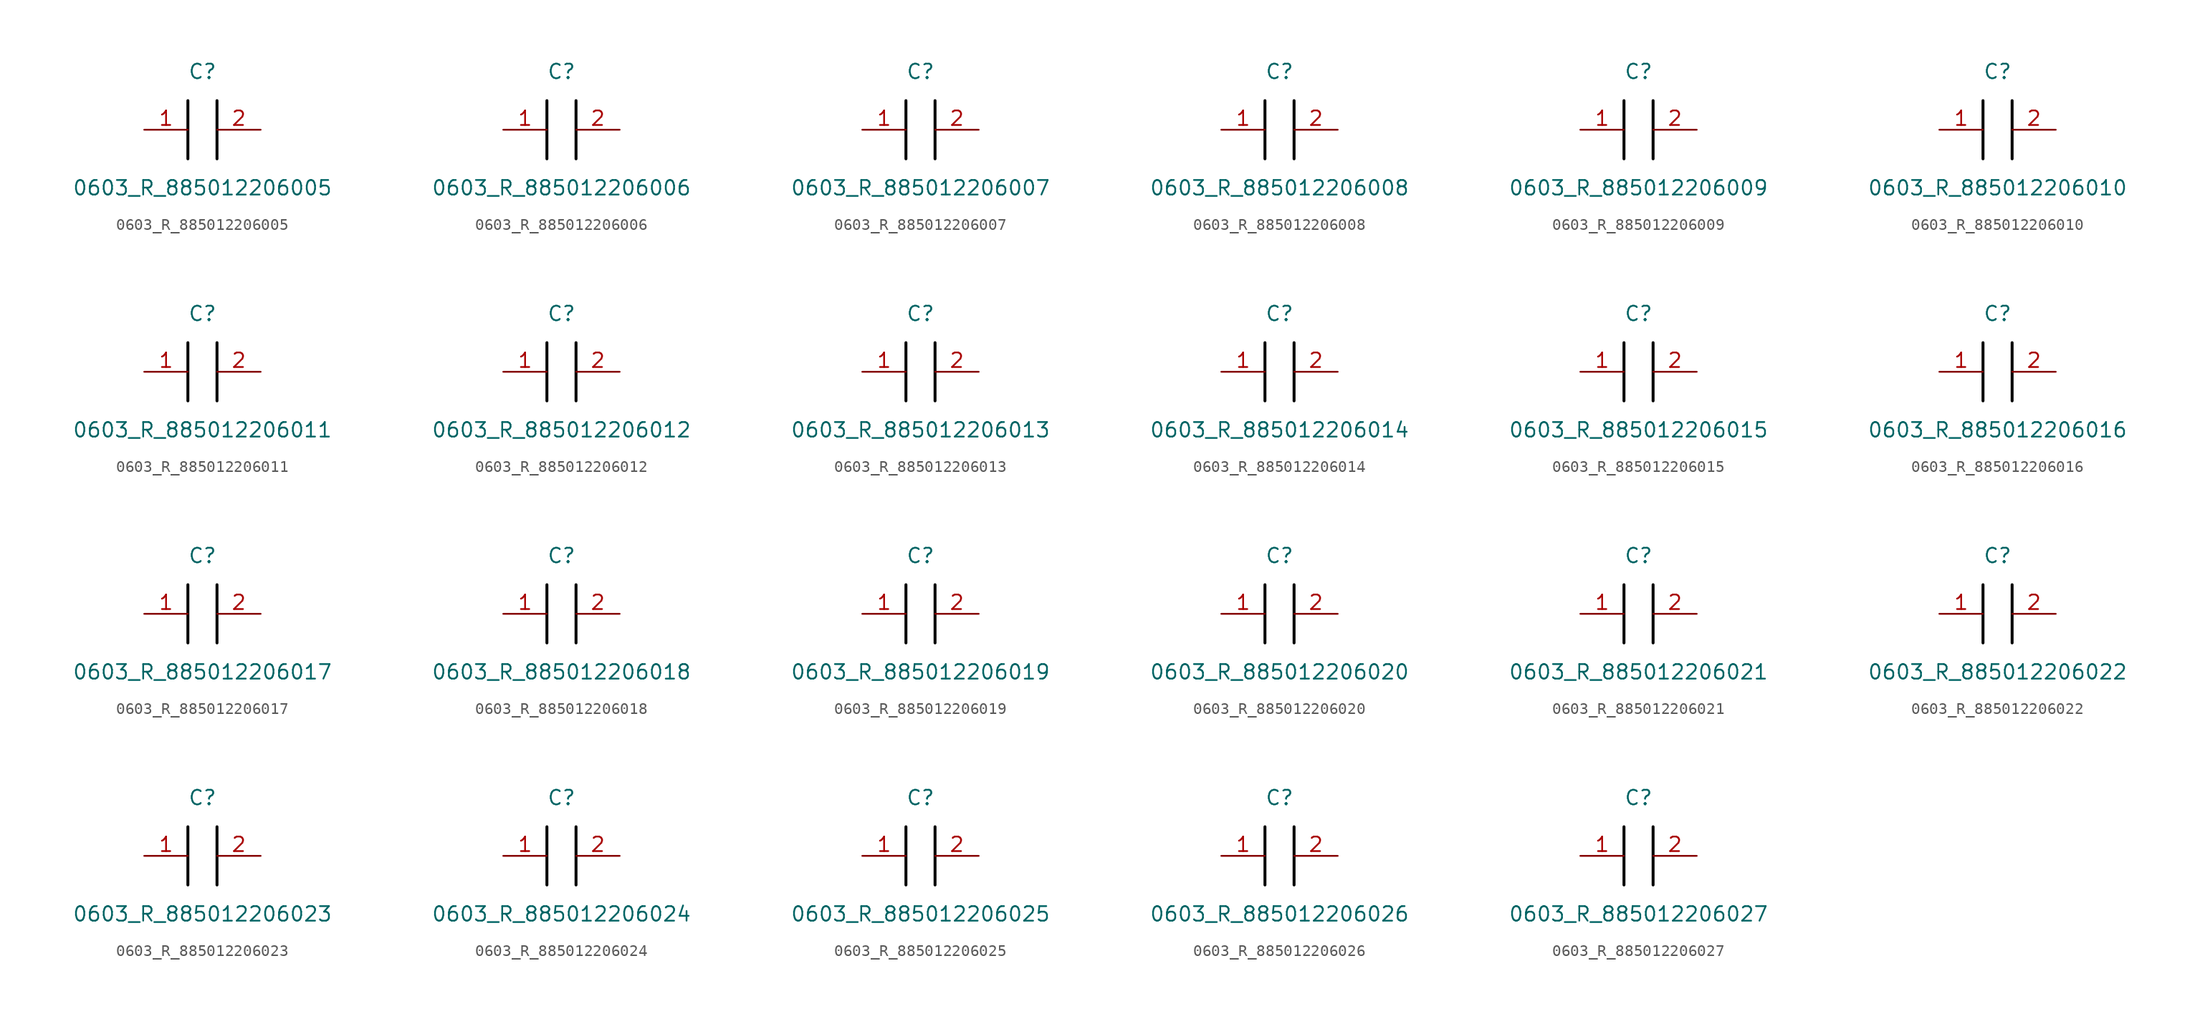
<source format=kicad_sym>
(kicad_symbol_lib
  (version 20220914)
  (generator kicad_symbol_editor)
  (symbol "0603_R_885012206005"
    (pin_names hide)
    (property "Reference" "C"
      (at 0 5.08 0)
      (effects (font (size 1.27 1.27))))
    (property "Value" "0603_R_885012206005"
      (at 0 -5.08 0)
      (effects (font (size 1.27 1.27))))
    (symbol "0603_R_885012206005_1_1"
      (polyline (pts (xy -1.27 2.54) (xy -1.27 -2.54)) (stroke (width 0.254) (type default) (color 0 0 0 1)) (fill (type none)))
      (polyline (pts (xy 1.27 2.54) (xy 1.27 -2.54)) (stroke (width 0.254) (type default) (color 0 0 0 1)) (fill (type none)))
      (pin passive line (at -5.08 0 0) (length 3.81) (name "1" (effects (font (size 1.27 1.27)))) (number "1" (effects (font (size 1.27 1.27)))))
      (pin passive line (at 5.08 0 180) (length 3.81) (name "2" (effects (font (size 1.27 1.27)))) (number "2" (effects (font (size 1.27 1.27)))))))
  (symbol "0603_R_885012206006"
    (pin_names hide)
    (property "Reference" "C"
      (at 0 5.08 0)
      (effects (font (size 1.27 1.27))))
    (property "Value" "0603_R_885012206006"
      (at 0 -5.08 0)
      (effects (font (size 1.27 1.27))))
    (symbol "0603_R_885012206006_1_1"
      (polyline (pts (xy -1.27 2.54) (xy -1.27 -2.54)) (stroke (width 0.254) (type default) (color 0 0 0 1)) (fill (type none)))
      (polyline (pts (xy 1.27 2.54) (xy 1.27 -2.54)) (stroke (width 0.254) (type default) (color 0 0 0 1)) (fill (type none)))
      (pin passive line (at -5.08 0 0) (length 3.81) (name "1" (effects (font (size 1.27 1.27)))) (number "1" (effects (font (size 1.27 1.27)))))
      (pin passive line (at 5.08 0 180) (length 3.81) (name "2" (effects (font (size 1.27 1.27)))) (number "2" (effects (font (size 1.27 1.27)))))))
  (symbol "0603_R_885012206007"
    (pin_names hide)
    (property "Reference" "C"
      (at 0 5.08 0)
      (effects (font (size 1.27 1.27))))
    (property "Value" "0603_R_885012206007"
      (at 0 -5.08 0)
      (effects (font (size 1.27 1.27))))
    (symbol "0603_R_885012206007_1_1"
      (polyline (pts (xy -1.27 2.54) (xy -1.27 -2.54)) (stroke (width 0.254) (type default) (color 0 0 0 1)) (fill (type none)))
      (polyline (pts (xy 1.27 2.54) (xy 1.27 -2.54)) (stroke (width 0.254) (type default) (color 0 0 0 1)) (fill (type none)))
      (pin passive line (at -5.08 0 0) (length 3.81) (name "1" (effects (font (size 1.27 1.27)))) (number "1" (effects (font (size 1.27 1.27)))))
      (pin passive line (at 5.08 0 180) (length 3.81) (name "2" (effects (font (size 1.27 1.27)))) (number "2" (effects (font (size 1.27 1.27)))))))
  (symbol "0603_R_885012206008"
    (pin_names hide)
    (property "Reference" "C"
      (at 0 5.08 0)
      (effects (font (size 1.27 1.27))))
    (property "Value" "0603_R_885012206008"
      (at 0 -5.08 0)
      (effects (font (size 1.27 1.27))))
    (symbol "0603_R_885012206008_1_1"
      (polyline (pts (xy -1.27 2.54) (xy -1.27 -2.54)) (stroke (width 0.254) (type default) (color 0 0 0 1)) (fill (type none)))
      (polyline (pts (xy 1.27 2.54) (xy 1.27 -2.54)) (stroke (width 0.254) (type default) (color 0 0 0 1)) (fill (type none)))
      (pin passive line (at -5.08 0 0) (length 3.81) (name "1" (effects (font (size 1.27 1.27)))) (number "1" (effects (font (size 1.27 1.27)))))
      (pin passive line (at 5.08 0 180) (length 3.81) (name "2" (effects (font (size 1.27 1.27)))) (number "2" (effects (font (size 1.27 1.27)))))))
  (symbol "0603_R_885012206009"
    (pin_names hide)
    (property "Reference" "C"
      (at 0 5.08 0)
      (effects (font (size 1.27 1.27))))
    (property "Value" "0603_R_885012206009"
      (at 0 -5.08 0)
      (effects (font (size 1.27 1.27))))
    (symbol "0603_R_885012206009_1_1"
      (polyline (pts (xy -1.27 2.54) (xy -1.27 -2.54)) (stroke (width 0.254) (type default) (color 0 0 0 1)) (fill (type none)))
      (polyline (pts (xy 1.27 2.54) (xy 1.27 -2.54)) (stroke (width 0.254) (type default) (color 0 0 0 1)) (fill (type none)))
      (pin passive line (at -5.08 0 0) (length 3.81) (name "1" (effects (font (size 1.27 1.27)))) (number "1" (effects (font (size 1.27 1.27)))))
      (pin passive line (at 5.08 0 180) (length 3.81) (name "2" (effects (font (size 1.27 1.27)))) (number "2" (effects (font (size 1.27 1.27)))))))
  (symbol "0603_R_885012206010"
    (pin_names hide)
    (property "Reference" "C"
      (at 0 5.08 0)
      (effects (font (size 1.27 1.27))))
    (property "Value" "0603_R_885012206010"
      (at 0 -5.08 0)
      (effects (font (size 1.27 1.27))))
    (symbol "0603_R_885012206010_1_1"
      (polyline (pts (xy -1.27 2.54) (xy -1.27 -2.54)) (stroke (width 0.254) (type default) (color 0 0 0 1)) (fill (type none)))
      (polyline (pts (xy 1.27 2.54) (xy 1.27 -2.54)) (stroke (width 0.254) (type default) (color 0 0 0 1)) (fill (type none)))
      (pin passive line (at -5.08 0 0) (length 3.81) (name "1" (effects (font (size 1.27 1.27)))) (number "1" (effects (font (size 1.27 1.27)))))
      (pin passive line (at 5.08 0 180) (length 3.81) (name "2" (effects (font (size 1.27 1.27)))) (number "2" (effects (font (size 1.27 1.27)))))))
  (symbol "0603_R_885012206011"
    (pin_names hide)
    (property "Reference" "C"
      (at 0 5.08 0)
      (effects (font (size 1.27 1.27))))
    (property "Value" "0603_R_885012206011"
      (at 0 -5.08 0)
      (effects (font (size 1.27 1.27))))
    (symbol "0603_R_885012206011_1_1"
      (polyline (pts (xy -1.27 2.54) (xy -1.27 -2.54)) (stroke (width 0.254) (type default) (color 0 0 0 1)) (fill (type none)))
      (polyline (pts (xy 1.27 2.54) (xy 1.27 -2.54)) (stroke (width 0.254) (type default) (color 0 0 0 1)) (fill (type none)))
      (pin passive line (at -5.08 0 0) (length 3.81) (name "1" (effects (font (size 1.27 1.27)))) (number "1" (effects (font (size 1.27 1.27)))))
      (pin passive line (at 5.08 0 180) (length 3.81) (name "2" (effects (font (size 1.27 1.27)))) (number "2" (effects (font (size 1.27 1.27)))))))
  (symbol "0603_R_885012206012"
    (pin_names hide)
    (property "Reference" "C"
      (at 0 5.08 0)
      (effects (font (size 1.27 1.27))))
    (property "Value" "0603_R_885012206012"
      (at 0 -5.08 0)
      (effects (font (size 1.27 1.27))))
    (symbol "0603_R_885012206012_1_1"
      (polyline (pts (xy -1.27 2.54) (xy -1.27 -2.54)) (stroke (width 0.254) (type default) (color 0 0 0 1)) (fill (type none)))
      (polyline (pts (xy 1.27 2.54) (xy 1.27 -2.54)) (stroke (width 0.254) (type default) (color 0 0 0 1)) (fill (type none)))
      (pin passive line (at -5.08 0 0) (length 3.81) (name "1" (effects (font (size 1.27 1.27)))) (number "1" (effects (font (size 1.27 1.27)))))
      (pin passive line (at 5.08 0 180) (length 3.81) (name "2" (effects (font (size 1.27 1.27)))) (number "2" (effects (font (size 1.27 1.27)))))))
  (symbol "0603_R_885012206013"
    (pin_names hide)
    (property "Reference" "C"
      (at 0 5.08 0)
      (effects (font (size 1.27 1.27))))
    (property "Value" "0603_R_885012206013"
      (at 0 -5.08 0)
      (effects (font (size 1.27 1.27))))
    (symbol "0603_R_885012206013_1_1"
      (polyline (pts (xy -1.27 2.54) (xy -1.27 -2.54)) (stroke (width 0.254) (type default) (color 0 0 0 1)) (fill (type none)))
      (polyline (pts (xy 1.27 2.54) (xy 1.27 -2.54)) (stroke (width 0.254) (type default) (color 0 0 0 1)) (fill (type none)))
      (pin passive line (at -5.08 0 0) (length 3.81) (name "1" (effects (font (size 1.27 1.27)))) (number "1" (effects (font (size 1.27 1.27)))))
      (pin passive line (at 5.08 0 180) (length 3.81) (name "2" (effects (font (size 1.27 1.27)))) (number "2" (effects (font (size 1.27 1.27)))))))
  (symbol "0603_R_885012206014"
    (pin_names hide)
    (property "Reference" "C"
      (at 0 5.08 0)
      (effects (font (size 1.27 1.27))))
    (property "Value" "0603_R_885012206014"
      (at 0 -5.08 0)
      (effects (font (size 1.27 1.27))))
    (symbol "0603_R_885012206014_1_1"
      (polyline (pts (xy -1.27 2.54) (xy -1.27 -2.54)) (stroke (width 0.254) (type default) (color 0 0 0 1)) (fill (type none)))
      (polyline (pts (xy 1.27 2.54) (xy 1.27 -2.54)) (stroke (width 0.254) (type default) (color 0 0 0 1)) (fill (type none)))
      (pin passive line (at -5.08 0 0) (length 3.81) (name "1" (effects (font (size 1.27 1.27)))) (number "1" (effects (font (size 1.27 1.27)))))
      (pin passive line (at 5.08 0 180) (length 3.81) (name "2" (effects (font (size 1.27 1.27)))) (number "2" (effects (font (size 1.27 1.27)))))))
  (symbol "0603_R_885012206015"
    (pin_names hide)
    (property "Reference" "C"
      (at 0 5.08 0)
      (effects (font (size 1.27 1.27))))
    (property "Value" "0603_R_885012206015"
      (at 0 -5.08 0)
      (effects (font (size 1.27 1.27))))
    (symbol "0603_R_885012206015_1_1"
      (polyline (pts (xy -1.27 2.54) (xy -1.27 -2.54)) (stroke (width 0.254) (type default) (color 0 0 0 1)) (fill (type none)))
      (polyline (pts (xy 1.27 2.54) (xy 1.27 -2.54)) (stroke (width 0.254) (type default) (color 0 0 0 1)) (fill (type none)))
      (pin passive line (at -5.08 0 0) (length 3.81) (name "1" (effects (font (size 1.27 1.27)))) (number "1" (effects (font (size 1.27 1.27)))))
      (pin passive line (at 5.08 0 180) (length 3.81) (name "2" (effects (font (size 1.27 1.27)))) (number "2" (effects (font (size 1.27 1.27)))))))
  (symbol "0603_R_885012206016"
    (pin_names hide)
    (property "Reference" "C"
      (at 0 5.08 0)
      (effects (font (size 1.27 1.27))))
    (property "Value" "0603_R_885012206016"
      (at 0 -5.08 0)
      (effects (font (size 1.27 1.27))))
    (symbol "0603_R_885012206016_1_1"
      (polyline (pts (xy -1.27 2.54) (xy -1.27 -2.54)) (stroke (width 0.254) (type default) (color 0 0 0 1)) (fill (type none)))
      (polyline (pts (xy 1.27 2.54) (xy 1.27 -2.54)) (stroke (width 0.254) (type default) (color 0 0 0 1)) (fill (type none)))
      (pin passive line (at -5.08 0 0) (length 3.81) (name "1" (effects (font (size 1.27 1.27)))) (number "1" (effects (font (size 1.27 1.27)))))
      (pin passive line (at 5.08 0 180) (length 3.81) (name "2" (effects (font (size 1.27 1.27)))) (number "2" (effects (font (size 1.27 1.27)))))))
  (symbol "0603_R_885012206017"
    (pin_names hide)
    (property "Reference" "C"
      (at 0 5.08 0)
      (effects (font (size 1.27 1.27))))
    (property "Value" "0603_R_885012206017"
      (at 0 -5.08 0)
      (effects (font (size 1.27 1.27))))
    (symbol "0603_R_885012206017_1_1"
      (polyline (pts (xy -1.27 2.54) (xy -1.27 -2.54)) (stroke (width 0.254) (type default) (color 0 0 0 1)) (fill (type none)))
      (polyline (pts (xy 1.27 2.54) (xy 1.27 -2.54)) (stroke (width 0.254) (type default) (color 0 0 0 1)) (fill (type none)))
      (pin passive line (at -5.08 0 0) (length 3.81) (name "1" (effects (font (size 1.27 1.27)))) (number "1" (effects (font (size 1.27 1.27)))))
      (pin passive line (at 5.08 0 180) (length 3.81) (name "2" (effects (font (size 1.27 1.27)))) (number "2" (effects (font (size 1.27 1.27)))))))
  (symbol "0603_R_885012206018"
    (pin_names hide)
    (property "Reference" "C"
      (at 0 5.08 0)
      (effects (font (size 1.27 1.27))))
    (property "Value" "0603_R_885012206018"
      (at 0 -5.08 0)
      (effects (font (size 1.27 1.27))))
    (symbol "0603_R_885012206018_1_1"
      (polyline (pts (xy -1.27 2.54) (xy -1.27 -2.54)) (stroke (width 0.254) (type default) (color 0 0 0 1)) (fill (type none)))
      (polyline (pts (xy 1.27 2.54) (xy 1.27 -2.54)) (stroke (width 0.254) (type default) (color 0 0 0 1)) (fill (type none)))
      (pin passive line (at -5.08 0 0) (length 3.81) (name "1" (effects (font (size 1.27 1.27)))) (number "1" (effects (font (size 1.27 1.27)))))
      (pin passive line (at 5.08 0 180) (length 3.81) (name "2" (effects (font (size 1.27 1.27)))) (number "2" (effects (font (size 1.27 1.27)))))))
  (symbol "0603_R_885012206019"
    (pin_names hide)
    (property "Reference" "C"
      (at 0 5.08 0)
      (effects (font (size 1.27 1.27))))
    (property "Value" "0603_R_885012206019"
      (at 0 -5.08 0)
      (effects (font (size 1.27 1.27))))
    (symbol "0603_R_885012206019_1_1"
      (polyline (pts (xy -1.27 2.54) (xy -1.27 -2.54)) (stroke (width 0.254) (type default) (color 0 0 0 1)) (fill (type none)))
      (polyline (pts (xy 1.27 2.54) (xy 1.27 -2.54)) (stroke (width 0.254) (type default) (color 0 0 0 1)) (fill (type none)))
      (pin passive line (at -5.08 0 0) (length 3.81) (name "1" (effects (font (size 1.27 1.27)))) (number "1" (effects (font (size 1.27 1.27)))))
      (pin passive line (at 5.08 0 180) (length 3.81) (name "2" (effects (font (size 1.27 1.27)))) (number "2" (effects (font (size 1.27 1.27)))))))
  (symbol "0603_R_885012206020"
    (pin_names hide)
    (property "Reference" "C"
      (at 0 5.08 0)
      (effects (font (size 1.27 1.27))))
    (property "Value" "0603_R_885012206020"
      (at 0 -5.08 0)
      (effects (font (size 1.27 1.27))))
    (symbol "0603_R_885012206020_1_1"
      (polyline (pts (xy -1.27 2.54) (xy -1.27 -2.54)) (stroke (width 0.254) (type default) (color 0 0 0 1)) (fill (type none)))
      (polyline (pts (xy 1.27 2.54) (xy 1.27 -2.54)) (stroke (width 0.254) (type default) (color 0 0 0 1)) (fill (type none)))
      (pin passive line (at -5.08 0 0) (length 3.81) (name "1" (effects (font (size 1.27 1.27)))) (number "1" (effects (font (size 1.27 1.27)))))
      (pin passive line (at 5.08 0 180) (length 3.81) (name "2" (effects (font (size 1.27 1.27)))) (number "2" (effects (font (size 1.27 1.27)))))))
  (symbol "0603_R_885012206021"
    (pin_names hide)
    (property "Reference" "C"
      (at 0 5.08 0)
      (effects (font (size 1.27 1.27))))
    (property "Value" "0603_R_885012206021"
      (at 0 -5.08 0)
      (effects (font (size 1.27 1.27))))
    (symbol "0603_R_885012206021_1_1"
      (polyline (pts (xy -1.27 2.54) (xy -1.27 -2.54)) (stroke (width 0.254) (type default) (color 0 0 0 1)) (fill (type none)))
      (polyline (pts (xy 1.27 2.54) (xy 1.27 -2.54)) (stroke (width 0.254) (type default) (color 0 0 0 1)) (fill (type none)))
      (pin passive line (at -5.08 0 0) (length 3.81) (name "1" (effects (font (size 1.27 1.27)))) (number "1" (effects (font (size 1.27 1.27)))))
      (pin passive line (at 5.08 0 180) (length 3.81) (name "2" (effects (font (size 1.27 1.27)))) (number "2" (effects (font (size 1.27 1.27)))))))
  (symbol "0603_R_885012206022"
    (pin_names hide)
    (property "Reference" "C"
      (at 0 5.08 0)
      (effects (font (size 1.27 1.27))))
    (property "Value" "0603_R_885012206022"
      (at 0 -5.08 0)
      (effects (font (size 1.27 1.27))))
    (symbol "0603_R_885012206022_1_1"
      (polyline (pts (xy -1.27 2.54) (xy -1.27 -2.54)) (stroke (width 0.254) (type default) (color 0 0 0 1)) (fill (type none)))
      (polyline (pts (xy 1.27 2.54) (xy 1.27 -2.54)) (stroke (width 0.254) (type default) (color 0 0 0 1)) (fill (type none)))
      (pin passive line (at -5.08 0 0) (length 3.81) (name "1" (effects (font (size 1.27 1.27)))) (number "1" (effects (font (size 1.27 1.27)))))
      (pin passive line (at 5.08 0 180) (length 3.81) (name "2" (effects (font (size 1.27 1.27)))) (number "2" (effects (font (size 1.27 1.27)))))))
  (symbol "0603_R_885012206023"
    (pin_names hide)
    (property "Reference" "C"
      (at 0 5.08 0)
      (effects (font (size 1.27 1.27))))
    (property "Value" "0603_R_885012206023"
      (at 0 -5.08 0)
      (effects (font (size 1.27 1.27))))
    (symbol "0603_R_885012206023_1_1"
      (polyline (pts (xy -1.27 2.54) (xy -1.27 -2.54)) (stroke (width 0.254) (type default) (color 0 0 0 1)) (fill (type none)))
      (polyline (pts (xy 1.27 2.54) (xy 1.27 -2.54)) (stroke (width 0.254) (type default) (color 0 0 0 1)) (fill (type none)))
      (pin passive line (at -5.08 0 0) (length 3.81) (name "1" (effects (font (size 1.27 1.27)))) (number "1" (effects (font (size 1.27 1.27)))))
      (pin passive line (at 5.08 0 180) (length 3.81) (name "2" (effects (font (size 1.27 1.27)))) (number "2" (effects (font (size 1.27 1.27)))))))
  (symbol "0603_R_885012206024"
    (pin_names hide)
    (property "Reference" "C"
      (at 0 5.08 0)
      (effects (font (size 1.27 1.27))))
    (property "Value" "0603_R_885012206024"
      (at 0 -5.08 0)
      (effects (font (size 1.27 1.27))))
    (symbol "0603_R_885012206024_1_1"
      (polyline (pts (xy -1.27 2.54) (xy -1.27 -2.54)) (stroke (width 0.254) (type default) (color 0 0 0 1)) (fill (type none)))
      (polyline (pts (xy 1.27 2.54) (xy 1.27 -2.54)) (stroke (width 0.254) (type default) (color 0 0 0 1)) (fill (type none)))
      (pin passive line (at -5.08 0 0) (length 3.81) (name "1" (effects (font (size 1.27 1.27)))) (number "1" (effects (font (size 1.27 1.27)))))
      (pin passive line (at 5.08 0 180) (length 3.81) (name "2" (effects (font (size 1.27 1.27)))) (number "2" (effects (font (size 1.27 1.27)))))))
  (symbol "0603_R_885012206025"
    (pin_names hide)
    (property "Reference" "C"
      (at 0 5.08 0)
      (effects (font (size 1.27 1.27))))
    (property "Value" "0603_R_885012206025"
      (at 0 -5.08 0)
      (effects (font (size 1.27 1.27))))
    (symbol "0603_R_885012206025_1_1"
      (polyline (pts (xy -1.27 2.54) (xy -1.27 -2.54)) (stroke (width 0.254) (type default) (color 0 0 0 1)) (fill (type none)))
      (polyline (pts (xy 1.27 2.54) (xy 1.27 -2.54)) (stroke (width 0.254) (type default) (color 0 0 0 1)) (fill (type none)))
      (pin passive line (at -5.08 0 0) (length 3.81) (name "1" (effects (font (size 1.27 1.27)))) (number "1" (effects (font (size 1.27 1.27)))))
      (pin passive line (at 5.08 0 180) (length 3.81) (name "2" (effects (font (size 1.27 1.27)))) (number "2" (effects (font (size 1.27 1.27)))))))
  (symbol "0603_R_885012206026"
    (pin_names hide)
    (property "Reference" "C"
      (at 0 5.08 0)
      (effects (font (size 1.27 1.27))))
    (property "Value" "0603_R_885012206026"
      (at 0 -5.08 0)
      (effects (font (size 1.27 1.27))))
    (symbol "0603_R_885012206026_1_1"
      (polyline (pts (xy -1.27 2.54) (xy -1.27 -2.54)) (stroke (width 0.254) (type default) (color 0 0 0 1)) (fill (type none)))
      (polyline (pts (xy 1.27 2.54) (xy 1.27 -2.54)) (stroke (width 0.254) (type default) (color 0 0 0 1)) (fill (type none)))
      (pin passive line (at -5.08 0 0) (length 3.81) (name "1" (effects (font (size 1.27 1.27)))) (number "1" (effects (font (size 1.27 1.27)))))
      (pin passive line (at 5.08 0 180) (length 3.81) (name "2" (effects (font (size 1.27 1.27)))) (number "2" (effects (font (size 1.27 1.27)))))))
  (symbol "0603_R_885012206027"
    (pin_names hide)
    (property "Reference" "C"
      (at 0 5.08 0)
      (effects (font (size 1.27 1.27))))
    (property "Value" "0603_R_885012206027"
      (at 0 -5.08 0)
      (effects (font (size 1.27 1.27))))
    (symbol "0603_R_885012206027_1_1"
      (polyline (pts (xy -1.27 2.54) (xy -1.27 -2.54)) (stroke (width 0.254) (type default) (color 0 0 0 1)) (fill (type none)))
      (polyline (pts (xy 1.27 2.54) (xy 1.27 -2.54)) (stroke (width 0.254) (type default) (color 0 0 0 1)) (fill (type none)))
      (pin passive line (at -5.08 0 0) (length 3.81) (name "1" (effects (font (size 1.27 1.27)))) (number "1" (effects (font (size 1.27 1.27)))))
      (pin passive line (at 5.08 0 180) (length 3.81) (name "2" (effects (font (size 1.27 1.27)))) (number "2" (effects (font (size 1.27 1.27))))))))
</source>
